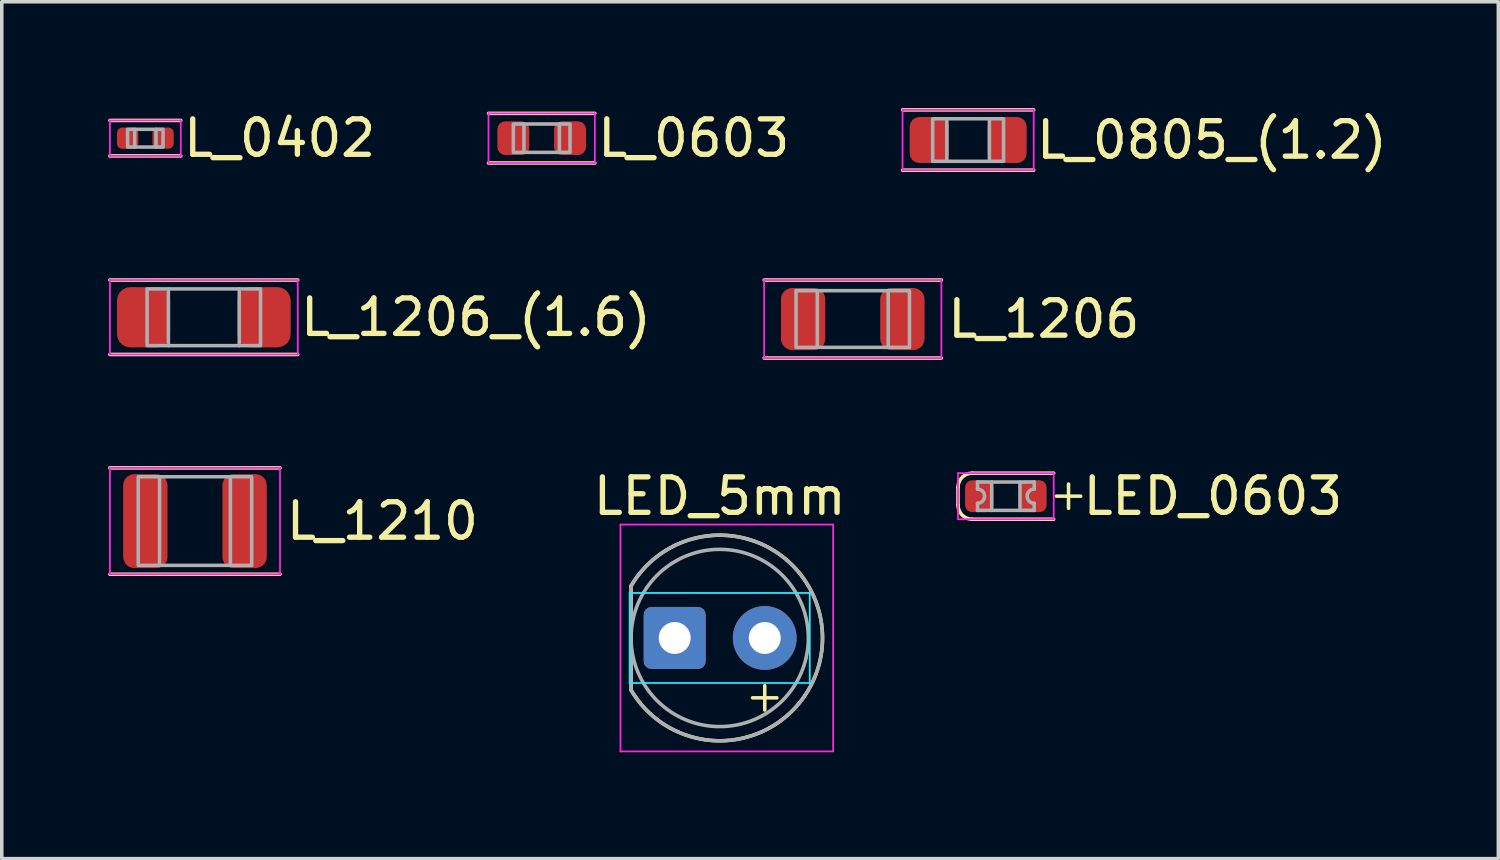
<source format=kicad_pcb>
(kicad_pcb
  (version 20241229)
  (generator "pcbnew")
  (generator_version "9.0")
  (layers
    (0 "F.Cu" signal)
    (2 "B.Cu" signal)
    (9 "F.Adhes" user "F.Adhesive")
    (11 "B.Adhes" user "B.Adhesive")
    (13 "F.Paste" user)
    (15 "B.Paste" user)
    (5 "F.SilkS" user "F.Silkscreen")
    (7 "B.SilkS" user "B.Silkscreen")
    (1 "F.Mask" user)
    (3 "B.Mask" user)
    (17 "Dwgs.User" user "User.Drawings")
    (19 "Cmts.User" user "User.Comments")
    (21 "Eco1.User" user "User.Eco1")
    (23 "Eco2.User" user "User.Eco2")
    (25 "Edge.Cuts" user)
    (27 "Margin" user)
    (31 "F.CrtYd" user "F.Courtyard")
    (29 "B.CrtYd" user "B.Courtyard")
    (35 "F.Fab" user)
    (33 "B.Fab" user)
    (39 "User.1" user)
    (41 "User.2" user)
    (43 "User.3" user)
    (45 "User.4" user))
  (footprint "LED_0603"
    (layer "F.Cu")
    (at 25.326 10.948)
    (property "Reference" "LED_0603" (at 2.1 0 0) (layer "F.SilkS") (effects (font (size 1 1) (thickness 0.15)) (justify left)))
    (attr smd)
    (fp_line (start -1.35 -0.25) (end -1.35 0.25) (stroke (width 0.1) (type solid)) (layer "F.SilkS"))
    (fp_line (start -0.95 0.65) (end 1.35 0.65) (stroke (width 0.1) (type solid)) (layer "F.SilkS"))
    (fp_line (start 1.35 -0.65) (end -0.95 -0.65) (stroke (width 0.1) (type solid)) (layer "F.SilkS"))
    (fp_arc (start -1.35 -0.25) (mid -1.232843 -0.532843) (end -0.95 -0.65) (stroke (width 0.1) (type solid)) (layer "F.SilkS"))
    (fp_arc (start -0.95 0.65) (mid -1.232843 0.532843) (end -1.35 0.25) (stroke (width 0.1) (type solid)) (layer "F.SilkS"))
    (fp_line (start -1.35 -0.65) (end 1.35 -0.65) (stroke (width 0.05) (type solid)) (layer "F.CrtYd"))
    (fp_line (start -1.35 0.65) (end -1.35 -0.65) (stroke (width 0.05) (type solid)) (layer "F.CrtYd"))
    (fp_line (start 1.35 -0.65) (end 1.35 0.65) (stroke (width 0.05) (type solid)) (layer "F.CrtYd"))
    (fp_line (start 1.35 0.65) (end -1.35 0.65) (stroke (width 0.05) (type solid)) (layer "F.CrtYd"))
    (fp_line (start -0.8 -0.4) (end 0.8 -0.4) (stroke (width 0.1) (type solid)) (layer "F.Fab"))
    (fp_line (start -0.8 -0.2) (end -0.8 -0.4) (stroke (width 0.1) (type solid)) (layer "F.Fab"))
    (fp_line (start -0.8 0.4) (end -0.8 0.2) (stroke (width 0.1) (type solid)) (layer "F.Fab"))
    (fp_line (start -0.8 0.4) (end 0.8 0.4) (stroke (width 0.1) (type solid)) (layer "F.Fab"))
    (fp_line (start -0.4 -0.4) (end -0.4 0.4) (stroke (width 0.1) (type solid)) (layer "F.Fab"))
    (fp_line (start 0.4 0.4) (end 0.4 -0.4) (stroke (width 0.1) (type solid)) (layer "F.Fab"))
    (fp_line (start 0.8 -0.4) (end 0.8 -0.2) (stroke (width 0.1) (type solid)) (layer "F.Fab"))
    (fp_line (start 0.8 0.2) (end 0.8 0.4) (stroke (width 0.1) (type solid)) (layer "F.Fab"))
    (fp_arc (start -0.8 -0.2) (mid -0.6 0) (end -0.8 0.2) (stroke (width 0.1) (type solid)) (layer "F.Fab"))
    (fp_arc (start 0.8 0.2) (mid 0.6 0) (end 0.8 -0.2) (stroke (width 0.1) (type solid)) (layer "F.Fab"))
    (fp_text user "+" (at 1.7 0 90) (layer "F.SilkS") (effects (font (size 0.9 0.9) (thickness 0.1))))
    (pad "1" smd roundrect (at -0.75 0) (size 0.8 0.9) (layers "F.Cu" "F.Mask" "F.Paste") (roundrect_rratio 0.25))
    (pad "2" smd roundrect (at 0.75 0) (size 0.8 0.9) (layers "F.Cu" "F.Mask" "F.Paste") (roundrect_rratio 0.25)))
  (footprint "L_0402"
    (layer "F.Cu")
    (at 1.05 0.848)
    (property "Reference" "L_0402" (at 1 0 0) (layer "F.SilkS") (effects (font (size 1 1) (thickness 0.15)) (justify left)))
    (attr smd)
    (fp_line (start -1 0.5) (end 1 0.5) (stroke (width 0.1) (type solid)) (layer "F.SilkS"))
    (fp_line (start 1 -0.5) (end -1 -0.5) (stroke (width 0.1) (type solid)) (layer "F.SilkS"))
    (fp_line (start -1 -0.5) (end 1 -0.5) (stroke (width 0.05) (type solid)) (layer "F.CrtYd"))
    (fp_line (start -1 0.5) (end -1 -0.5) (stroke (width 0.05) (type solid)) (layer "F.CrtYd"))
    (fp_line (start 1 -0.5) (end 1 0.5) (stroke (width 0.05) (type solid)) (layer "F.CrtYd"))
    (fp_line (start 1 0.5) (end -1 0.5) (stroke (width 0.05) (type solid)) (layer "F.CrtYd"))
    (fp_line (start 0.3 -0.25) (end -0.3 -0.25) (stroke (width 0.1) (type solid)) (layer "F.Fab"))
    (fp_line (start 0.3 0.25) (end -0.3 0.25) (stroke (width 0.1) (type solid)) (layer "F.Fab"))
    (fp_poly (pts (xy -0.3 0.25) (xy -0.5 0.25) (xy -0.5 -0.25) (xy -0.3 -0.25)) (stroke (width 0.1) (type solid)) (fill no) (layer "F.Fab"))
    (fp_poly (pts (xy 0.5 0.25) (xy 0.3 0.25) (xy 0.3 -0.25) (xy 0.5 -0.25)) (stroke (width 0.1) (type solid)) (fill no) (layer "F.Fab"))
    (pad "1" smd roundrect (at -0.5 0) (size 0.6 0.6) (layers "F.Cu" "F.Mask" "F.Paste") (roundrect_rratio 0.25))
    (pad "2" smd roundrect (at 0.5 0) (size 0.6 0.6) (layers "F.Cu" "F.Mask" "F.Paste") (roundrect_rratio 0.25)))
  (footprint "LED_5mm"
    (layer "F.Cu")
    (at 17.254 14.948)
    (property "Reference" "LED_5mm" (at 0 -4 0) (layer "F.SilkS") (effects (font (size 1 1) (thickness 0.15))))
    (attr through_hole)
    (fp_line (start -2.5 -1.47) (end -2.5 1.47) (stroke (width 0.1) (type solid)) (layer "F.SilkS"))
    (fp_arc (start -2.5 -1.469694) (mid 2.9 0.000016) (end -2.500016 1.469666) (stroke (width 0.1) (type solid)) (layer "F.SilkS"))
    (fp_line (start -2.54 -1.27) (end -2.54 1.27) (stroke (width 0.05) (type solid)) (layer "B.CrtYd"))
    (fp_line (start -2.54 -1.27) (end 2.54 -1.27) (stroke (width 0.05) (type solid)) (layer "B.CrtYd"))
    (fp_line (start -2.54 1.27) (end 2.54 1.27) (stroke (width 0.05) (type solid)) (layer "B.CrtYd"))
    (fp_line (start 2.54 -1.27) (end 2.54 1.27) (stroke (width 0.05) (type solid)) (layer "B.CrtYd"))
    (fp_line (start -2.8 -3.2) (end -2.8 3.2) (stroke (width 0.05) (type solid)) (layer "F.CrtYd"))
    (fp_line (start -2.8 3.2) (end 3.2 3.2) (stroke (width 0.05) (type solid)) (layer "F.CrtYd"))
    (fp_line (start 3.2 -3.2) (end -2.8 -3.2) (stroke (width 0.05) (type solid)) (layer "F.CrtYd"))
    (fp_line (start 3.2 3.2) (end 3.2 -3.2) (stroke (width 0.05) (type solid)) (layer "F.CrtYd"))
    (fp_line (start -2.5 -1.47) (end -2.5 1.47) (stroke (width 0.1) (type solid)) (layer "F.Fab"))
    (fp_arc (start -2.5 -1.469694) (mid 2.9 0.000016) (end -2.500016 1.469666) (stroke (width 0.1) (type solid)) (layer "F.Fab"))
    (fp_circle (center 0 0) (end 2.5 0) (stroke (width 0.1) (type solid)) (fill no) (layer "F.Fab"))
    (fp_text user "+" (at 1.27 1.62 0) (layer "F.SilkS") (effects (font (size 0.9 0.9) (thickness 0.1))))
    (pad "1" thru_hole roundrect (at -1.27 0) (size 1.75 1.75) (drill 0.9) (layers "*.Cu" "*.Mask") (roundrect_rratio 0.125))
    (pad "2" thru_hole circle (at 1.27 0) (size 1.8 1.8) (drill 0.9) (layers "*.Cu" "*.Mask")))
  (footprint "L_1206"
    (layer "F.Cu")
    (at 21.007 5.95)
    (property "Reference" "L_1206" (at 2.6 0 0) (layer "F.SilkS") (effects (font (size 1 1) (thickness 0.15)) (justify left)))
    (attr smd)
    (fp_line (start -2.5 -1.1) (end 2.5 -1.1) (stroke (width 0.1) (type solid)) (layer "F.SilkS"))
    (fp_line (start 2.5 1.1) (end -2.5 1.1) (stroke (width 0.1) (type solid)) (layer "F.SilkS"))
    (fp_line (start -2.5 -1.1) (end 2.5 -1.1) (stroke (width 0.05) (type solid)) (layer "F.CrtYd"))
    (fp_line (start -2.5 1.1) (end -2.5 -1.1) (stroke (width 0.05) (type solid)) (layer "F.CrtYd"))
    (fp_line (start 2.5 -1.1) (end 2.5 1.1) (stroke (width 0.05) (type solid)) (layer "F.CrtYd"))
    (fp_line (start 2.5 1.1) (end -2.5 1.1) (stroke (width 0.05) (type solid)) (layer "F.CrtYd"))
    (fp_line (start 1 -0.8) (end -1 -0.8) (stroke (width 0.1) (type solid)) (layer "F.Fab"))
    (fp_line (start 1 0.8) (end -1 0.8) (stroke (width 0.1) (type solid)) (layer "F.Fab"))
    (fp_poly (pts (xy -1 0.8) (xy -1.6 0.8) (xy -1.6 -0.8) (xy -1 -0.8)) (stroke (width 0.1) (type solid)) (fill no) (layer "F.Fab"))
    (fp_poly (pts (xy 1.6 0.8) (xy 1 0.8) (xy 1 -0.8) (xy 1.6 -0.8)) (stroke (width 0.1) (type solid)) (fill no) (layer "F.Fab"))
    (pad "1" smd roundrect (at -1.4 0) (size 1.25 1.75) (layers "F.Cu" "F.Mask" "F.Paste") (roundrect_rratio 0.25))
    (pad "2" smd roundrect (at 1.4 0) (size 1.25 1.75) (layers "F.Cu" "F.Mask" "F.Paste") (roundrect_rratio 0.25)))
  (footprint "L_0805_(1.2)"
    (layer "F.Cu")
    (at 24.262 0.9)
    (property "Reference" "L_0805_(1.2)" (at 1.85 0 0) (layer "F.SilkS") (effects (font (size 1 1) (thickness 0.15)) (justify left)))
    (attr smd)
    (fp_line (start -1.85 -0.85) (end 1.85 -0.85) (stroke (width 0.1) (type solid)) (layer "F.SilkS"))
    (fp_line (start 1.85 0.85) (end -1.85 0.85) (stroke (width 0.1) (type solid)) (layer "F.SilkS"))
    (fp_line (start -1.85 -0.85) (end 1.85 -0.85) (stroke (width 0.05) (type solid)) (layer "F.CrtYd"))
    (fp_line (start -1.85 0.85) (end -1.85 -0.85) (stroke (width 0.05) (type solid)) (layer "F.CrtYd"))
    (fp_line (start 1.85 -0.85) (end 1.85 0.85) (stroke (width 0.05) (type solid)) (layer "F.CrtYd"))
    (fp_line (start 1.85 0.85) (end -1.85 0.85) (stroke (width 0.05) (type solid)) (layer "F.CrtYd"))
    (fp_line (start 0.6 -0.6) (end -0.6 -0.6) (stroke (width 0.1) (type solid)) (layer "F.Fab"))
    (fp_line (start 0.6 0.6) (end -0.6 0.6) (stroke (width 0.1) (type solid)) (layer "F.Fab"))
    (fp_poly (pts (xy -0.6 0.6) (xy -1 0.6) (xy -1 -0.6) (xy -0.6 -0.6)) (stroke (width 0.1) (type solid)) (fill no) (layer "F.Fab"))
    (fp_poly (pts (xy 1 0.6) (xy 0.6 0.6) (xy 0.6 -0.6) (xy 1 -0.6)) (stroke (width 0.1) (type solid)) (fill no) (layer "F.Fab"))
    (pad "1" smd roundrect (at -1.1 0) (size 1.1 1.3) (layers "F.Cu" "F.Mask" "F.Paste") (roundrect_rratio 0.25))
    (pad "2" smd roundrect (at 1.1 0) (size 1.1 1.3) (layers "F.Cu" "F.Mask" "F.Paste") (roundrect_rratio 0.25)))
  (footprint "L_1210"
    (layer "F.Cu")
    (at 2.45 11.65)
    (property "Reference" "L_1210" (at 2.5 0 0) (layer "F.SilkS") (effects (font (size 1 1) (thickness 0.15)) (justify left)))
    (attr smd)
    (fp_line (start -2.4 -1.5) (end 2.4 -1.5) (stroke (width 0.1) (type solid)) (layer "F.SilkS"))
    (fp_line (start 2.4 1.5) (end -2.4 1.5) (stroke (width 0.1) (type solid)) (layer "F.SilkS"))
    (fp_line (start -2.4 -1.5) (end 2.4 -1.5) (stroke (width 0.05) (type solid)) (layer "F.CrtYd"))
    (fp_line (start -2.4 1.5) (end -2.4 -1.5) (stroke (width 0.05) (type solid)) (layer "F.CrtYd"))
    (fp_line (start 2.4 -1.5) (end 2.4 1.5) (stroke (width 0.05) (type solid)) (layer "F.CrtYd"))
    (fp_line (start 2.4 1.5) (end -2.4 1.5) (stroke (width 0.05) (type solid)) (layer "F.CrtYd"))
    (fp_line (start 1 -1.25) (end -1 -1.25) (stroke (width 0.1) (type solid)) (layer "F.Fab"))
    (fp_line (start 1 1.25) (end -1 1.25) (stroke (width 0.1) (type solid)) (layer "F.Fab"))
    (fp_poly (pts (xy -1 1.25) (xy -1.6 1.25) (xy -1.6 -1.25) (xy -1 -1.25)) (stroke (width 0.1) (type solid)) (fill no) (layer "F.Fab"))
    (fp_poly (pts (xy 1.6 1.25) (xy 1 1.25) (xy 1 -1.25) (xy 1.6 -1.25)) (stroke (width 0.1) (type solid)) (fill no) (layer "F.Fab"))
    (pad "1" smd roundrect (at -1.4 0) (size 1.25 2.65) (layers "F.Cu" "F.Mask" "F.Paste") (roundrect_rratio 0.25))
    (pad "2" smd roundrect (at 1.4 0) (size 1.25 2.65) (layers "F.Cu" "F.Mask" "F.Paste") (roundrect_rratio 0.25)))
  (footprint "L_0603"
    (layer "F.Cu")
    (at 12.231 0.848)
    (property "Reference" "L_0603" (at 1.5 0 0) (layer "F.SilkS") (effects (font (size 1 1) (thickness 0.15)) (justify left)))
    (attr smd)
    (fp_line (start -1.5 -0.7) (end 1.5 -0.7) (stroke (width 0.1) (type solid)) (layer "F.SilkS"))
    (fp_line (start 1.5 0.7) (end -1.5 0.7) (stroke (width 0.1) (type solid)) (layer "F.SilkS"))
    (fp_line (start -1.5 -0.7) (end -1.5 0.7) (stroke (width 0.05) (type solid)) (layer "F.CrtYd"))
    (fp_line (start -1.5 -0.7) (end 1.5 -0.7) (stroke (width 0.05) (type solid)) (layer "F.CrtYd"))
    (fp_line (start 1.5 0.7) (end -1.5 0.7) (stroke (width 0.05) (type solid)) (layer "F.CrtYd"))
    (fp_line (start 1.5 0.7) (end 1.5 -0.7) (stroke (width 0.05) (type solid)) (layer "F.CrtYd"))
    (fp_line (start 0.5 -0.4) (end -0.5 -0.4) (stroke (width 0.1) (type solid)) (layer "F.Fab"))
    (fp_line (start 0.5 0.4) (end -0.5 0.4) (stroke (width 0.1) (type solid)) (layer "F.Fab"))
    (fp_poly (pts (xy -0.5 0.4) (xy -0.8 0.4) (xy -0.8 -0.4) (xy -0.5 -0.4)) (stroke (width 0.1) (type solid)) (fill no) (layer "F.Fab"))
    (fp_poly (pts (xy 0.8 0.4) (xy 0.5 0.4) (xy 0.5 -0.4) (xy 0.8 -0.4)) (stroke (width 0.1) (type solid)) (fill no) (layer "F.Fab"))
    (pad "1" smd roundrect (at -0.8 0) (size 0.9 0.95) (layers "F.Cu" "F.Mask" "F.Paste") (roundrect_rratio 0.25))
    (pad "2" smd roundrect (at 0.8 0) (size 0.9 0.95) (layers "F.Cu" "F.Mask" "F.Paste") (roundrect_rratio 0.25)))
  (footprint "L_1206_(1.6)"
    (layer "F.Cu")
    (at 2.7 5.9)
    (property "Reference" "L_1206_(1.6)" (at 2.65 0 0) (layer "F.SilkS") (effects (font (size 1 1) (thickness 0.15)) (justify left)))
    (attr smd)
    (fp_line (start -2.65 -1.05) (end 2.65 -1.05) (stroke (width 0.1) (type solid)) (layer "F.SilkS"))
    (fp_line (start 2.65 1.05) (end -2.65 1.05) (stroke (width 0.1) (type solid)) (layer "F.SilkS"))
    (fp_line (start -2.65 -1.05) (end 2.65 -1.05) (stroke (width 0.05) (type solid)) (layer "F.CrtYd"))
    (fp_line (start -2.65 1.05) (end -2.65 -1.05) (stroke (width 0.05) (type solid)) (layer "F.CrtYd"))
    (fp_line (start 2.65 -1.05) (end 2.65 1.05) (stroke (width 0.05) (type solid)) (layer "F.CrtYd"))
    (fp_line (start 2.65 1.05) (end -2.65 1.05) (stroke (width 0.05) (type solid)) (layer "F.CrtYd"))
    (fp_line (start 1 -0.8) (end -1 -0.8) (stroke (width 0.1) (type solid)) (layer "F.Fab"))
    (fp_line (start 1 0.8) (end -1 0.8) (stroke (width 0.1) (type solid)) (layer "F.Fab"))
    (fp_poly (pts (xy -1 0.8) (xy -1.6 0.8) (xy -1.6 -0.8) (xy -1 -0.8)) (stroke (width 0.1) (type solid)) (fill no) (layer "F.Fab"))
    (fp_poly (pts (xy 1.6 0.8) (xy 1 0.8) (xy 1 -0.8) (xy 1.6 -0.8)) (stroke (width 0.1) (type solid)) (fill no) (layer "F.Fab"))
    (pad "1" smd roundrect (at -1.7 0) (size 1.5 1.7) (layers "F.Cu" "F.Mask" "F.Paste") (roundrect_rratio 0.25))
    (pad "2" smd roundrect (at 1.7 0) (size 1.5 1.7) (layers "F.Cu" "F.Mask" "F.Paste") (roundrect_rratio 0.25)))
  (gr_rect
    (start -3 -3)
    (end 39.219 21.173)
    (stroke (width 0.1) (type default))
    (fill no)
    (layer "Edge.Cuts")))
</source>
